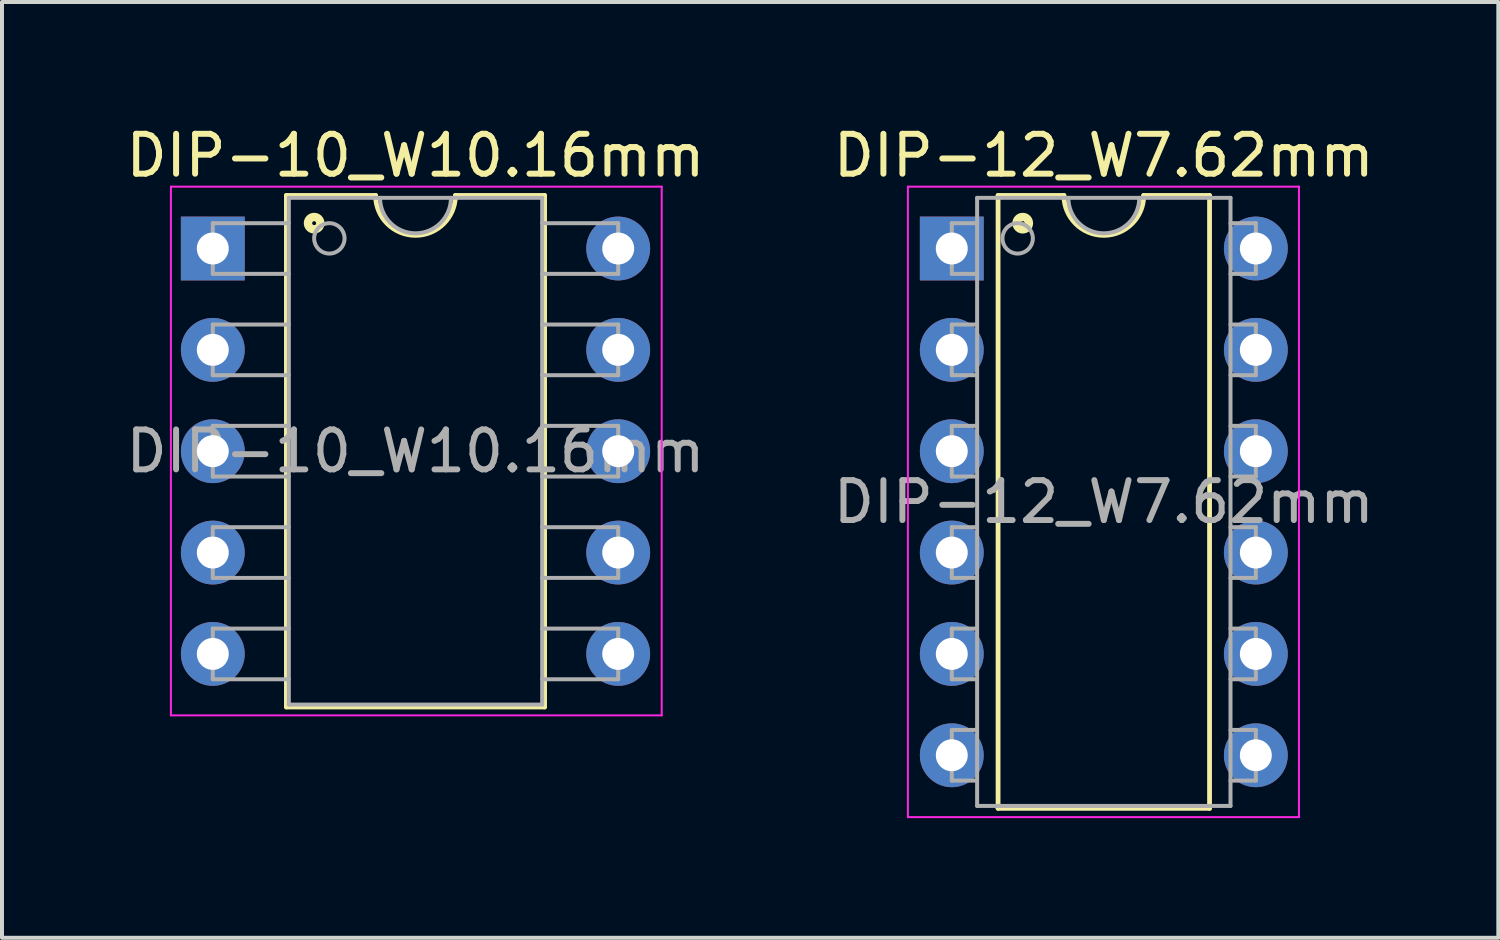
<source format=kicad_pcb>
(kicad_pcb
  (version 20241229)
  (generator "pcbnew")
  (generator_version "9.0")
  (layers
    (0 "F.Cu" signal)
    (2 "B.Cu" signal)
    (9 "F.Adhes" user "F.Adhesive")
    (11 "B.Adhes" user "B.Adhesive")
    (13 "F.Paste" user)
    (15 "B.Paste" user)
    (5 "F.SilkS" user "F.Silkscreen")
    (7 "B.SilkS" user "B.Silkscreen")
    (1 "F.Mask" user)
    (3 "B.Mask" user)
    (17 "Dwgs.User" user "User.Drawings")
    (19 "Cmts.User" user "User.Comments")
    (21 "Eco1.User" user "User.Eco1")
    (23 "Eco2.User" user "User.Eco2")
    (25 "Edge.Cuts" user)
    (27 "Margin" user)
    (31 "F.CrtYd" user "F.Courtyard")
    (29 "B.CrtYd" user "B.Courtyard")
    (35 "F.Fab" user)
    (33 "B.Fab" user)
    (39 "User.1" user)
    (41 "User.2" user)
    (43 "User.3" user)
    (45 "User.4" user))
  (footprint "DIP-10_W10.16mm"
    (layer "F.Cu")
    (at 2.283 3.178)
    (property "Reference" "DIP-10_W10.16mm" (at 5.08 -2.33 0) (layer "F.SilkS") (effects (font (size 1 1) (thickness 0.15))))
    (attr through_hole)
    (fp_line (start 1.845 -1.33) (end 1.845 11.49) (stroke (width 0.12) (type solid)) (layer "F.SilkS"))
    (fp_line (start 1.845 11.49) (end 8.315 11.49) (stroke (width 0.12) (type solid)) (layer "F.SilkS"))
    (fp_line (start 4.08 -1.33) (end 1.845 -1.33) (stroke (width 0.12) (type solid)) (layer "F.SilkS"))
    (fp_line (start 8.315 -1.33) (end 6.08 -1.33) (stroke (width 0.12) (type solid)) (layer "F.SilkS"))
    (fp_line (start 8.315 11.49) (end 8.315 -1.33) (stroke (width 0.12) (type solid)) (layer "F.SilkS"))
    (fp_arc (start 6.08 -1.33) (mid 5.08 -0.33) (end 4.08 -1.33) (stroke (width 0.12) (type solid)) (layer "F.SilkS"))
    (fp_circle (center 2.54 -0.635) (end 2.59 -0.635) (stroke (width 0.12) (type solid)) (fill no) (layer "F.SilkS"))
    (fp_circle (center 2.54 -0.635) (end 2.665 -0.635) (stroke (width 0.12) (type solid)) (fill no) (layer "F.SilkS"))
    (fp_circle (center 2.54 -0.635) (end 2.74 -0.635) (stroke (width 0.12) (type solid)) (fill no) (layer "F.SilkS"))
    (fp_line (start -1.05 -1.55) (end -1.05 11.7) (stroke (width 0.05) (type solid)) (layer "F.CrtYd"))
    (fp_line (start -1.05 11.7) (end 11.25 11.7) (stroke (width 0.05) (type solid)) (layer "F.CrtYd"))
    (fp_line (start 11.25 -1.55) (end -1.05 -1.55) (stroke (width 0.05) (type solid)) (layer "F.CrtYd"))
    (fp_line (start 11.25 11.7) (end 11.25 -1.55) (stroke (width 0.05) (type solid)) (layer "F.CrtYd"))
    (fp_line (start 0 -0.635) (end 0 0.635) (stroke (width 0.1) (type solid)) (layer "F.Fab"))
    (fp_line (start 0 -0.635) (end 1.905 -0.635) (stroke (width 0.1) (type solid)) (layer "F.Fab"))
    (fp_line (start 0 0.635) (end 1.905 0.635) (stroke (width 0.1) (type solid)) (layer "F.Fab"))
    (fp_line (start 0 1.905) (end 0 3.175) (stroke (width 0.1) (type solid)) (layer "F.Fab"))
    (fp_line (start 0 1.905) (end 1.905 1.905) (stroke (width 0.1) (type solid)) (layer "F.Fab"))
    (fp_line (start 0 3.175) (end 1.905 3.175) (stroke (width 0.1) (type solid)) (layer "F.Fab"))
    (fp_line (start 0 4.445) (end 0 5.715) (stroke (width 0.1) (type solid)) (layer "F.Fab"))
    (fp_line (start 0 4.445) (end 1.905 4.445) (stroke (width 0.1) (type solid)) (layer "F.Fab"))
    (fp_line (start 0 5.715) (end 1.905 5.715) (stroke (width 0.1) (type solid)) (layer "F.Fab"))
    (fp_line (start 0 6.985) (end 0 8.255) (stroke (width 0.1) (type solid)) (layer "F.Fab"))
    (fp_line (start 0 6.985) (end 1.905 6.985) (stroke (width 0.1) (type solid)) (layer "F.Fab"))
    (fp_line (start 0 8.255) (end 1.905 8.255) (stroke (width 0.1) (type solid)) (layer "F.Fab"))
    (fp_line (start 0 9.525) (end 0 10.795) (stroke (width 0.1) (type solid)) (layer "F.Fab"))
    (fp_line (start 0 9.525) (end 1.905 9.525) (stroke (width 0.1) (type solid)) (layer "F.Fab"))
    (fp_line (start 0 10.795) (end 1.905 10.795) (stroke (width 0.1) (type solid)) (layer "F.Fab"))
    (fp_line (start 1.905 -1.27) (end 8.255 -1.27) (stroke (width 0.1) (type solid)) (layer "F.Fab"))
    (fp_line (start 1.905 11.43) (end 1.905 -1.27) (stroke (width 0.1) (type solid)) (layer "F.Fab"))
    (fp_line (start 8.255 -1.27) (end 8.255 11.43) (stroke (width 0.1) (type solid)) (layer "F.Fab"))
    (fp_line (start 8.255 11.43) (end 1.905 11.43) (stroke (width 0.1) (type solid)) (layer "F.Fab"))
    (fp_line (start 10.16 -0.635) (end 8.255 -0.635) (stroke (width 0.1) (type solid)) (layer "F.Fab"))
    (fp_line (start 10.16 0.635) (end 8.255 0.635) (stroke (width 0.1) (type solid)) (layer "F.Fab"))
    (fp_line (start 10.16 0.635) (end 10.16 -0.635) (stroke (width 0.1) (type solid)) (layer "F.Fab"))
    (fp_line (start 10.16 1.905) (end 8.255 1.905) (stroke (width 0.1) (type solid)) (layer "F.Fab"))
    (fp_line (start 10.16 3.175) (end 8.255 3.175) (stroke (width 0.1) (type solid)) (layer "F.Fab"))
    (fp_line (start 10.16 3.175) (end 10.16 1.905) (stroke (width 0.1) (type solid)) (layer "F.Fab"))
    (fp_line (start 10.16 4.445) (end 8.255 4.445) (stroke (width 0.1) (type solid)) (layer "F.Fab"))
    (fp_line (start 10.16 5.715) (end 8.255 5.715) (stroke (width 0.1) (type solid)) (layer "F.Fab"))
    (fp_line (start 10.16 5.715) (end 10.16 4.445) (stroke (width 0.1) (type solid)) (layer "F.Fab"))
    (fp_line (start 10.16 6.985) (end 8.255 6.985) (stroke (width 0.1) (type solid)) (layer "F.Fab"))
    (fp_line (start 10.16 8.255) (end 8.255 8.255) (stroke (width 0.1) (type solid)) (layer "F.Fab"))
    (fp_line (start 10.16 8.255) (end 10.16 6.985) (stroke (width 0.1) (type solid)) (layer "F.Fab"))
    (fp_line (start 10.16 9.525) (end 8.255 9.525) (stroke (width 0.1) (type solid)) (layer "F.Fab"))
    (fp_line (start 10.16 10.795) (end 8.255 10.795) (stroke (width 0.1) (type solid)) (layer "F.Fab"))
    (fp_line (start 10.16 10.795) (end 10.16 9.525) (stroke (width 0.1) (type solid)) (layer "F.Fab"))
    (fp_arc (start 5.969 -1.27) (mid 5.08 -0.381) (end 4.191 -1.27) (stroke (width 0.1) (type solid)) (layer "F.Fab"))
    (fp_circle (center 2.921 -0.254) (end 3.302 -0.254) (stroke (width 0.1) (type solid)) (fill no) (layer "F.Fab"))
    (fp_text user "${REFERENCE}" (at 5.08 5.08 0) (layer "F.Fab") (effects (font (size 1 1) (thickness 0.15))))
    (pad "1" thru_hole rect (at 0 0) (size 1.6 1.6) (drill 0.8) (layers "*.Cu" "*.Mask"))
    (pad "2" thru_hole oval (at 0 2.54) (size 1.6 1.6) (drill 0.8) (layers "*.Cu" "*.Mask"))
    (pad "3" thru_hole oval (at 0 5.08) (size 1.6 1.6) (drill 0.8) (layers "*.Cu" "*.Mask"))
    (pad "4" thru_hole oval (at 0 7.62) (size 1.6 1.6) (drill 0.8) (layers "*.Cu" "*.Mask"))
    (pad "5" thru_hole oval (at 0 10.16) (size 1.6 1.6) (drill 0.8) (layers "*.Cu" "*.Mask"))
    (pad "6" thru_hole oval (at 10.16 10.16) (size 1.6 1.6) (drill 0.8) (layers "*.Cu" "*.Mask"))
    (pad "7" thru_hole oval (at 10.16 7.62) (size 1.6 1.6) (drill 0.8) (layers "*.Cu" "*.Mask"))
    (pad "8" thru_hole oval (at 10.16 5.08) (size 1.6 1.6) (drill 0.8) (layers "*.Cu" "*.Mask"))
    (pad "9" thru_hole oval (at 10.16 2.54) (size 1.6 1.6) (drill 0.8) (layers "*.Cu" "*.Mask"))
    (pad "10" thru_hole oval (at 10.16 0) (size 1.6 1.6) (drill 0.8) (layers "*.Cu" "*.Mask")))
  (footprint "DIP-12_W7.62mm"
    (layer "F.Cu")
    (at 20.803 3.178)
    (property "Reference" "DIP-12_W7.62mm" (at 3.81 -2.33 0) (layer "F.SilkS") (effects (font (size 1 1) (thickness 0.15))))
    (attr through_hole)
    (fp_line (start 1.16 -1.33) (end 1.16 14.03) (stroke (width 0.12) (type solid)) (layer "F.SilkS"))
    (fp_line (start 1.16 14.03) (end 6.46 14.03) (stroke (width 0.12) (type solid)) (layer "F.SilkS"))
    (fp_line (start 2.81 -1.33) (end 1.16 -1.33) (stroke (width 0.12) (type solid)) (layer "F.SilkS"))
    (fp_line (start 6.46 -1.33) (end 4.81 -1.33) (stroke (width 0.12) (type solid)) (layer "F.SilkS"))
    (fp_line (start 6.46 14.03) (end 6.46 -1.33) (stroke (width 0.12) (type solid)) (layer "F.SilkS"))
    (fp_arc (start 4.81 -1.33) (mid 3.81 -0.33) (end 2.81 -1.33) (stroke (width 0.12) (type solid)) (layer "F.SilkS"))
    (fp_circle (center 1.778 -0.635) (end 1.828 -0.635) (stroke (width 0.12) (type solid)) (fill no) (layer "F.SilkS"))
    (fp_circle (center 1.778 -0.635) (end 1.903 -0.635) (stroke (width 0.12) (type solid)) (fill no) (layer "F.SilkS"))
    (fp_circle (center 1.778 -0.635) (end 1.978 -0.635) (stroke (width 0.12) (type solid)) (fill no) (layer "F.SilkS"))
    (fp_line (start -1.1 -1.55) (end -1.1 14.25) (stroke (width 0.05) (type solid)) (layer "F.CrtYd"))
    (fp_line (start -1.1 14.25) (end 8.7 14.25) (stroke (width 0.05) (type solid)) (layer "F.CrtYd"))
    (fp_line (start 8.7 -1.55) (end -1.1 -1.55) (stroke (width 0.05) (type solid)) (layer "F.CrtYd"))
    (fp_line (start 8.7 14.25) (end 8.7 -1.55) (stroke (width 0.05) (type solid)) (layer "F.CrtYd"))
    (fp_line (start 0 -0.635) (end 0 0.635) (stroke (width 0.1) (type solid)) (layer "F.Fab"))
    (fp_line (start 0 -0.635) (end 0.635 -0.635) (stroke (width 0.1) (type solid)) (layer "F.Fab"))
    (fp_line (start 0 0.635) (end 0.635 0.635) (stroke (width 0.1) (type solid)) (layer "F.Fab"))
    (fp_line (start 0 1.905) (end 0 3.175) (stroke (width 0.1) (type solid)) (layer "F.Fab"))
    (fp_line (start 0 1.905) (end 0.635 1.905) (stroke (width 0.1) (type solid)) (layer "F.Fab"))
    (fp_line (start 0 3.175) (end 0.635 3.175) (stroke (width 0.1) (type solid)) (layer "F.Fab"))
    (fp_line (start 0 4.445) (end 0 5.715) (stroke (width 0.1) (type solid)) (layer "F.Fab"))
    (fp_line (start 0 4.445) (end 0.635 4.445) (stroke (width 0.1) (type solid)) (layer "F.Fab"))
    (fp_line (start 0 5.715) (end 0.635 5.715) (stroke (width 0.1) (type solid)) (layer "F.Fab"))
    (fp_line (start 0 6.985) (end 0 8.255) (stroke (width 0.1) (type solid)) (layer "F.Fab"))
    (fp_line (start 0 6.985) (end 0.635 6.985) (stroke (width 0.1) (type solid)) (layer "F.Fab"))
    (fp_line (start 0 8.255) (end 0.635 8.255) (stroke (width 0.1) (type solid)) (layer "F.Fab"))
    (fp_line (start 0 9.525) (end 0 10.795) (stroke (width 0.1) (type solid)) (layer "F.Fab"))
    (fp_line (start 0 9.525) (end 0.635 9.525) (stroke (width 0.1) (type solid)) (layer "F.Fab"))
    (fp_line (start 0 10.795) (end 0.635 10.795) (stroke (width 0.1) (type solid)) (layer "F.Fab"))
    (fp_line (start 0 12.065) (end 0 13.335) (stroke (width 0.1) (type solid)) (layer "F.Fab"))
    (fp_line (start 0 12.065) (end 0.635 12.065) (stroke (width 0.1) (type solid)) (layer "F.Fab"))
    (fp_line (start 0 13.335) (end 0.635 13.335) (stroke (width 0.1) (type solid)) (layer "F.Fab"))
    (fp_line (start 0.635 -1.27) (end 6.985 -1.27) (stroke (width 0.1) (type solid)) (layer "F.Fab"))
    (fp_line (start 0.635 13.97) (end 0.635 -1.27) (stroke (width 0.1) (type solid)) (layer "F.Fab"))
    (fp_line (start 6.985 -1.27) (end 6.985 13.97) (stroke (width 0.1) (type solid)) (layer "F.Fab"))
    (fp_line (start 6.985 13.97) (end 0.635 13.97) (stroke (width 0.1) (type solid)) (layer "F.Fab"))
    (fp_line (start 7.62 -0.635) (end 6.985 -0.635) (stroke (width 0.1) (type solid)) (layer "F.Fab"))
    (fp_line (start 7.62 0.635) (end 6.985 0.635) (stroke (width 0.1) (type solid)) (layer "F.Fab"))
    (fp_line (start 7.62 0.635) (end 7.62 -0.635) (stroke (width 0.1) (type solid)) (layer "F.Fab"))
    (fp_line (start 7.62 1.905) (end 6.985 1.905) (stroke (width 0.1) (type solid)) (layer "F.Fab"))
    (fp_line (start 7.62 3.175) (end 6.985 3.175) (stroke (width 0.1) (type solid)) (layer "F.Fab"))
    (fp_line (start 7.62 3.175) (end 7.62 1.905) (stroke (width 0.1) (type solid)) (layer "F.Fab"))
    (fp_line (start 7.62 4.445) (end 6.985 4.445) (stroke (width 0.1) (type solid)) (layer "F.Fab"))
    (fp_line (start 7.62 5.715) (end 6.985 5.715) (stroke (width 0.1) (type solid)) (layer "F.Fab"))
    (fp_line (start 7.62 5.715) (end 7.62 4.445) (stroke (width 0.1) (type solid)) (layer "F.Fab"))
    (fp_line (start 7.62 6.985) (end 6.985 6.985) (stroke (width 0.1) (type solid)) (layer "F.Fab"))
    (fp_line (start 7.62 8.255) (end 6.985 8.255) (stroke (width 0.1) (type solid)) (layer "F.Fab"))
    (fp_line (start 7.62 8.255) (end 7.62 6.985) (stroke (width 0.1) (type solid)) (layer "F.Fab"))
    (fp_line (start 7.62 9.525) (end 6.985 9.525) (stroke (width 0.1) (type solid)) (layer "F.Fab"))
    (fp_line (start 7.62 10.795) (end 6.985 10.795) (stroke (width 0.1) (type solid)) (layer "F.Fab"))
    (fp_line (start 7.62 10.795) (end 7.62 9.525) (stroke (width 0.1) (type solid)) (layer "F.Fab"))
    (fp_line (start 7.62 12.065) (end 6.985 12.065) (stroke (width 0.1) (type solid)) (layer "F.Fab"))
    (fp_line (start 7.62 13.335) (end 6.985 13.335) (stroke (width 0.1) (type solid)) (layer "F.Fab"))
    (fp_line (start 7.62 13.335) (end 7.62 12.065) (stroke (width 0.1) (type solid)) (layer "F.Fab"))
    (fp_arc (start 4.699 -1.27) (mid 3.81 -0.381) (end 2.921 -1.27) (stroke (width 0.1) (type solid)) (layer "F.Fab"))
    (fp_circle (center 1.651 -0.254) (end 2.032 -0.254) (stroke (width 0.1) (type solid)) (fill no) (layer "F.Fab"))
    (fp_text user "${REFERENCE}" (at 3.81 6.35 0) (layer "F.Fab") (effects (font (size 1 1) (thickness 0.15))))
    (pad "1" thru_hole rect (at 0 0) (size 1.6 1.6) (drill 0.8) (layers "*.Cu" "*.Mask"))
    (pad "2" thru_hole oval (at 0 2.54) (size 1.6 1.6) (drill 0.8) (layers "*.Cu" "*.Mask"))
    (pad "3" thru_hole oval (at 0 5.08) (size 1.6 1.6) (drill 0.8) (layers "*.Cu" "*.Mask"))
    (pad "4" thru_hole oval (at 0 7.62) (size 1.6 1.6) (drill 0.8) (layers "*.Cu" "*.Mask"))
    (pad "5" thru_hole oval (at 0 10.16) (size 1.6 1.6) (drill 0.8) (layers "*.Cu" "*.Mask"))
    (pad "6" thru_hole oval (at 0 12.7) (size 1.6 1.6) (drill 0.8) (layers "*.Cu" "*.Mask"))
    (pad "7" thru_hole oval (at 7.62 12.7) (size 1.6 1.6) (drill 0.8) (layers "*.Cu" "*.Mask"))
    (pad "8" thru_hole oval (at 7.62 10.16) (size 1.6 1.6) (drill 0.8) (layers "*.Cu" "*.Mask"))
    (pad "9" thru_hole oval (at 7.62 7.62) (size 1.6 1.6) (drill 0.8) (layers "*.Cu" "*.Mask"))
    (pad "10" thru_hole oval (at 7.62 5.08) (size 1.6 1.6) (drill 0.8) (layers "*.Cu" "*.Mask"))
    (pad "11" thru_hole oval (at 7.62 2.54) (size 1.6 1.6) (drill 0.8) (layers "*.Cu" "*.Mask"))
    (pad "12" thru_hole oval (at 7.62 0) (size 1.6 1.6) (drill 0.8) (layers "*.Cu" "*.Mask")))
  (gr_rect
    (start -3 -3)
    (end 34.5 20.453)
    (stroke (width 0.1) (type default))
    (fill no)
    (layer "Edge.Cuts")))
</source>
